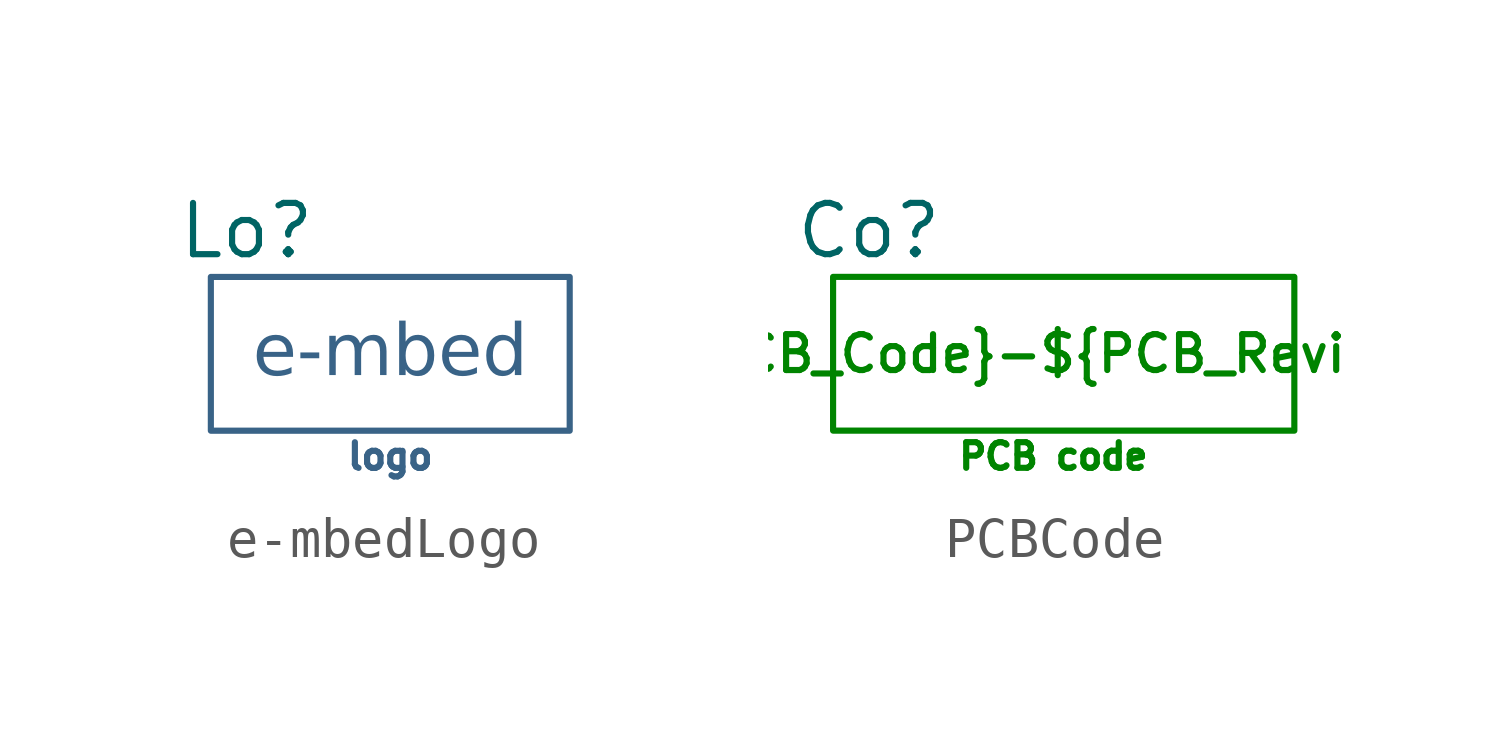
<source format=kicad_sym>
(kicad_symbol_lib
  (version 20231120)
  (generator "kicad_symbol_editor")
  (generator_version "8.0")
  (symbol "e-mbedLogo"
    (pin_numbers hide)
    (pin_names hide)
    (property "Reference" "Lo"
      (at -3.556 3.048 0)
      (effects (font (size 1.27 1.27))))
    (property "Value" ""
      (at 0 0 0)
      (effects (font (size 1.27 1.27))))
    (symbol "e-mbedLogo_1_1"
      (text "logo" (at 0 -2.54 0) (effects (font (size 0.635 0.635) (color 57 99 135 1))))
      (text_box "e-mbed" (at -4.445 1.905 0) (size 8.89 -3.81) (stroke (width 0) (type default) (color 57 99 135 1)) (fill (type none)) (effects (font (face "Orbitron") (size 1.27 1.27) (color 57 99 135 1))))))
  (symbol "PCBCode"
    (property "Reference" "Co"
      (at -4.826 3.048 0)
      (effects (font (size 1.27 1.27))))
    (property "Value" ""
      (at 0 0 0)
      (effects (font (size 1.27 1.27))))
    (symbol "PCBCode_1_1"
      (text "PCB code" (at -0.254 -2.54 0) (effects (font (size 0.635 0.635) (color 0 132 0 1))))
      (text_box "${PCB_Code}-${PCB_Revision}" (at -5.715 1.905 0) (size 11.43 -3.81) (stroke (width 0) (type default) (color 0 132 0 1)) (fill (type none)) (effects (font (size 0.889 0.889) (color 0 132 0 1)))))))
</source>
